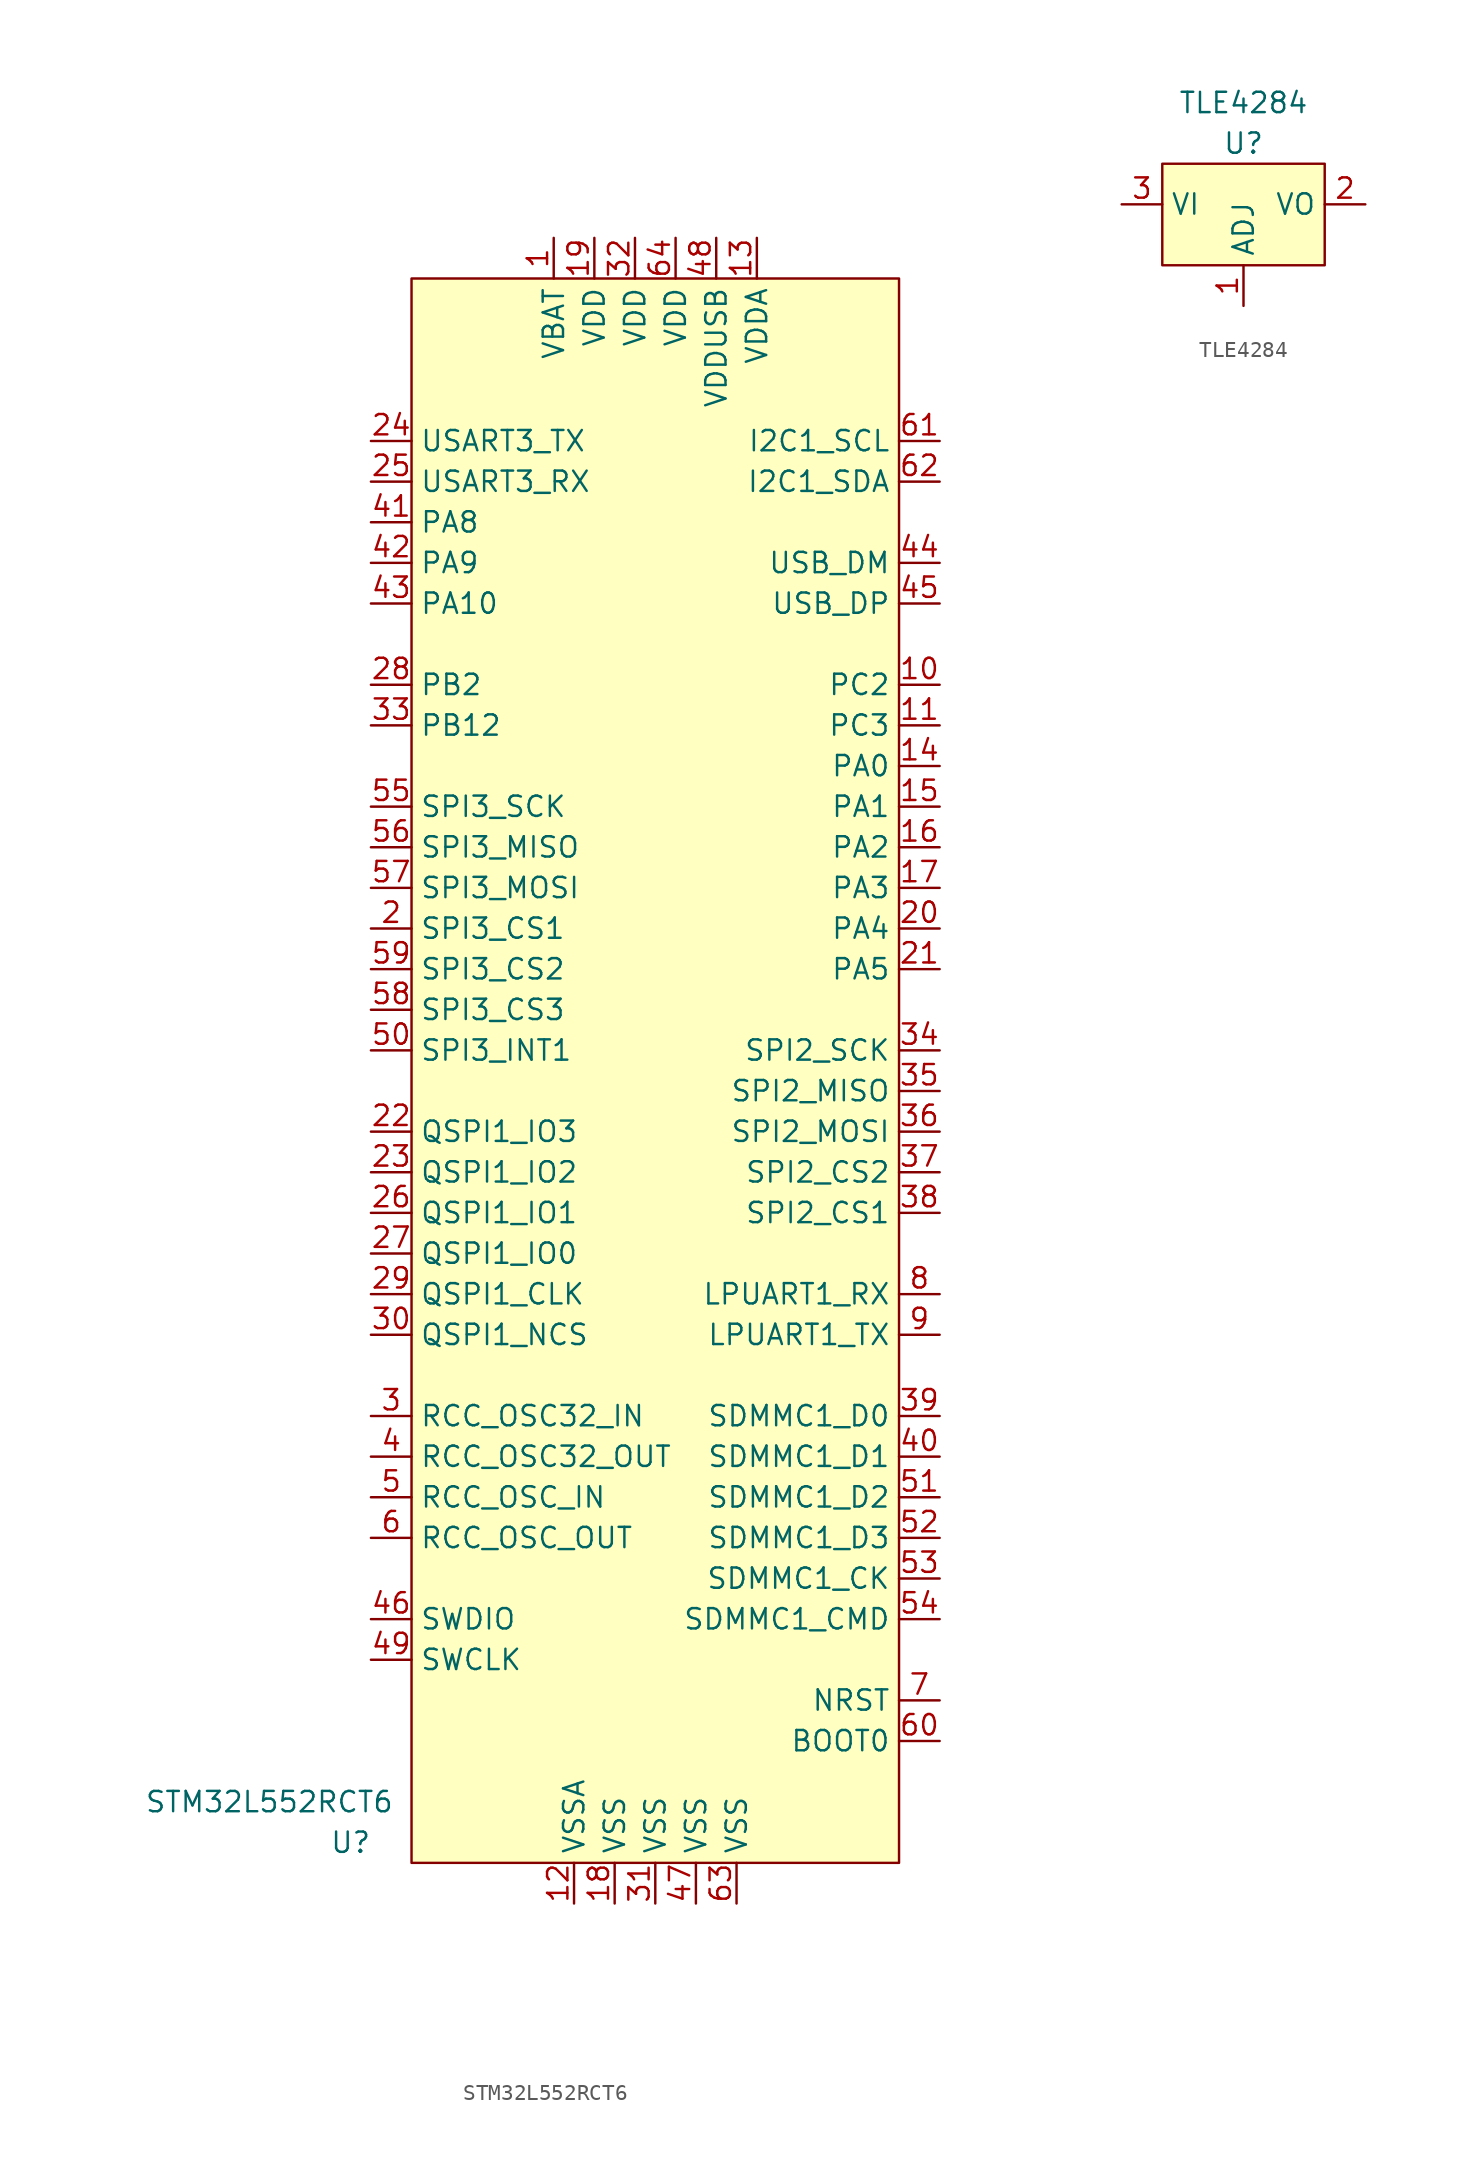
<source format=kicad_sym>
(kicad_symbol_lib
  (version 20220914)
  (generator kicad_symbol_editor)
  (symbol "STM32L552RCT6"
    (property "Reference" "U"
      (at -19.05 -87.63 0)
      (effects (font (size 1.27 1.27))))
    (property "Value" "STM32L552RCT6"
      (at -24.13 -85.09 0)
      (effects (font (size 1.27 1.27))))
    (symbol "STM32L552RCT6_0_0"
      (pin power_in line (at -6.35 12.7 270) (length 2.54) (name "VBAT" (effects (font (size 1.27 1.27)))) (number "1" (effects (font (size 1.27 1.27)))))
      (pin bidirectional line (at 17.78 -15.24 180) (length 2.54) (name "PC2" (effects (font (size 1.27 1.27)))) (number "10" (effects (font (size 1.27 1.27)))))
      (pin bidirectional line (at 17.78 -17.78 180) (length 2.54) (name "PC3" (effects (font (size 1.27 1.27)))) (number "11" (effects (font (size 1.27 1.27)))))
      (pin power_in line (at -5.08 -91.44 90) (length 2.54) (name "VSSA" (effects (font (size 1.27 1.27)))) (number "12" (effects (font (size 1.27 1.27)))))
      (pin power_in line (at 6.35 12.7 270) (length 2.54) (name "VDDA" (effects (font (size 1.27 1.27)))) (number "13" (effects (font (size 1.27 1.27)))))
      (pin bidirectional line (at 17.78 -20.32 180) (length 2.54) (name "PA0" (effects (font (size 1.27 1.27)))) (number "14" (effects (font (size 1.27 1.27)))))
      (pin bidirectional line (at 17.78 -22.86 180) (length 2.54) (name "PA1" (effects (font (size 1.27 1.27)))) (number "15" (effects (font (size 1.27 1.27)))))
      (pin bidirectional line (at 17.78 -25.4 180) (length 2.54) (name "PA2" (effects (font (size 1.27 1.27)))) (number "16" (effects (font (size 1.27 1.27)))))
      (pin bidirectional line (at 17.78 -27.94 180) (length 2.54) (name "PA3" (effects (font (size 1.27 1.27)))) (number "17" (effects (font (size 1.27 1.27)))))
      (pin power_in line (at -2.54 -91.44 90) (length 2.54) (name "VSS" (effects (font (size 1.27 1.27)))) (number "18" (effects (font (size 1.27 1.27)))))
      (pin power_in line (at -3.81 12.7 270) (length 2.54) (name "VDD" (effects (font (size 1.27 1.27)))) (number "19" (effects (font (size 1.27 1.27)))))
      (pin bidirectional line (at -17.78 -30.48 0) (length 2.54) (name "SPI3_CS1" (effects (font (size 1.27 1.27)))) (number "2" (effects (font (size 1.27 1.27)))))
      (pin bidirectional line (at 17.78 -30.48 180) (length 2.54) (name "PA4" (effects (font (size 1.27 1.27)))) (number "20" (effects (font (size 1.27 1.27)))))
      (pin bidirectional line (at 17.78 -33.02 180) (length 2.54) (name "PA5" (effects (font (size 1.27 1.27)))) (number "21" (effects (font (size 1.27 1.27)))))
      (pin bidirectional line (at -17.78 -43.18 0) (length 2.54) (name "QSPI1_IO3" (effects (font (size 1.27 1.27)))) (number "22" (effects (font (size 1.27 1.27)))))
      (pin bidirectional line (at -17.78 -45.72 0) (length 2.54) (name "QSPI1_IO2" (effects (font (size 1.27 1.27)))) (number "23" (effects (font (size 1.27 1.27)))))
      (pin bidirectional line (at -17.78 0 0) (length 2.54) (name "USART3_TX" (effects (font (size 1.27 1.27)))) (number "24" (effects (font (size 1.27 1.27)))))
      (pin bidirectional line (at -17.78 -2.54 0) (length 2.54) (name "USART3_RX" (effects (font (size 1.27 1.27)))) (number "25" (effects (font (size 1.27 1.27)))))
      (pin bidirectional line (at -17.78 -48.26 0) (length 2.54) (name "QSPI1_IO1" (effects (font (size 1.27 1.27)))) (number "26" (effects (font (size 1.27 1.27)))))
      (pin bidirectional line (at -17.78 -50.8 0) (length 2.54) (name "QSPI1_IO0" (effects (font (size 1.27 1.27)))) (number "27" (effects (font (size 1.27 1.27)))))
      (pin bidirectional line (at -17.78 -15.24 0) (length 2.54) (name "PB2" (effects (font (size 1.27 1.27)))) (number "28" (effects (font (size 1.27 1.27)))))
      (pin bidirectional line (at -17.78 -53.34 0) (length 2.54) (name "QSPI1_CLK" (effects (font (size 1.27 1.27)))) (number "29" (effects (font (size 1.27 1.27)))))
      (pin bidirectional line (at -17.78 -60.96 0) (length 2.54) (name "RCC_OSC32_IN" (effects (font (size 1.27 1.27)))) (number "3" (effects (font (size 1.27 1.27)))))
      (pin bidirectional line (at -17.78 -55.88 0) (length 2.54) (name "QSPI1_NCS" (effects (font (size 1.27 1.27)))) (number "30" (effects (font (size 1.27 1.27)))))
      (pin power_in line (at 0 -91.44 90) (length 2.54) (name "VSS" (effects (font (size 1.27 1.27)))) (number "31" (effects (font (size 1.27 1.27)))))
      (pin power_in line (at -1.27 12.7 270) (length 2.54) (name "VDD" (effects (font (size 1.27 1.27)))) (number "32" (effects (font (size 1.27 1.27)))))
      (pin bidirectional line (at -17.78 -17.78 0) (length 2.54) (name "PB12" (effects (font (size 1.27 1.27)))) (number "33" (effects (font (size 1.27 1.27)))))
      (pin bidirectional line (at 17.78 -38.1 180) (length 2.54) (name "SPI2_SCK" (effects (font (size 1.27 1.27)))) (number "34" (effects (font (size 1.27 1.27)))))
      (pin bidirectional line (at 17.78 -40.64 180) (length 2.54) (name "SPI2_MISO" (effects (font (size 1.27 1.27)))) (number "35" (effects (font (size 1.27 1.27)))))
      (pin bidirectional line (at 17.78 -43.18 180) (length 2.54) (name "SPI2_MOSI" (effects (font (size 1.27 1.27)))) (number "36" (effects (font (size 1.27 1.27)))))
      (pin bidirectional line (at 17.78 -45.72 180) (length 2.54) (name "SPI2_CS2" (effects (font (size 1.27 1.27)))) (number "37" (effects (font (size 1.27 1.27)))))
      (pin bidirectional line (at 17.78 -48.26 180) (length 2.54) (name "SPI2_CS1" (effects (font (size 1.27 1.27)))) (number "38" (effects (font (size 1.27 1.27)))))
      (pin bidirectional line (at 17.78 -60.96 180) (length 2.54) (name "SDMMC1_D0" (effects (font (size 1.27 1.27)))) (number "39" (effects (font (size 1.27 1.27)))))
      (pin bidirectional line (at -17.78 -63.5 0) (length 2.54) (name "RCC_OSC32_OUT" (effects (font (size 1.27 1.27)))) (number "4" (effects (font (size 1.27 1.27)))))
      (pin bidirectional line (at 17.78 -63.5 180) (length 2.54) (name "SDMMC1_D1" (effects (font (size 1.27 1.27)))) (number "40" (effects (font (size 1.27 1.27)))))
      (pin bidirectional line (at -17.78 -5.08 0) (length 2.54) (name "PA8" (effects (font (size 1.27 1.27)))) (number "41" (effects (font (size 1.27 1.27)))))
      (pin bidirectional line (at -17.78 -7.62 0) (length 2.54) (name "PA9" (effects (font (size 1.27 1.27)))) (number "42" (effects (font (size 1.27 1.27)))))
      (pin bidirectional line (at 17.78 -7.62 180) (length 2.54) (name "USB_DM" (effects (font (size 1.27 1.27)))) (number "44" (effects (font (size 1.27 1.27)))))
      (pin bidirectional line (at 17.78 -10.16 180) (length 2.54) (name "USB_DP" (effects (font (size 1.27 1.27)))) (number "45" (effects (font (size 1.27 1.27)))))
      (pin bidirectional line (at -17.78 -73.66 0) (length 2.54) (name "SWDIO" (effects (font (size 1.27 1.27)))) (number "46" (effects (font (size 1.27 1.27)))))
      (pin power_in line (at 2.54 -91.44 90) (length 2.54) (name "VSS" (effects (font (size 1.27 1.27)))) (number "47" (effects (font (size 1.27 1.27)))))
      (pin power_in line (at 3.81 12.7 270) (length 2.54) (name "VDDUSB" (effects (font (size 1.27 1.27)))) (number "48" (effects (font (size 1.27 1.27)))))
      (pin bidirectional line (at -17.78 -76.2 0) (length 2.54) (name "SWCLK" (effects (font (size 1.27 1.27)))) (number "49" (effects (font (size 1.27 1.27)))))
      (pin bidirectional line (at -17.78 -66.04 0) (length 2.54) (name "RCC_OSC_IN" (effects (font (size 1.27 1.27)))) (number "5" (effects (font (size 1.27 1.27)))))
      (pin bidirectional line (at 17.78 -66.04 180) (length 2.54) (name "SDMMC1_D2" (effects (font (size 1.27 1.27)))) (number "51" (effects (font (size 1.27 1.27)))))
      (pin bidirectional line (at 17.78 -68.58 180) (length 2.54) (name "SDMMC1_D3" (effects (font (size 1.27 1.27)))) (number "52" (effects (font (size 1.27 1.27)))))
      (pin bidirectional line (at 17.78 -71.12 180) (length 2.54) (name "SDMMC1_CK" (effects (font (size 1.27 1.27)))) (number "53" (effects (font (size 1.27 1.27)))))
      (pin bidirectional line (at 17.78 -73.66 180) (length 2.54) (name "SDMMC1_CMD" (effects (font (size 1.27 1.27)))) (number "54" (effects (font (size 1.27 1.27)))))
      (pin bidirectional line (at -17.78 -22.86 0) (length 2.54) (name "SPI3_SCK" (effects (font (size 1.27 1.27)))) (number "55" (effects (font (size 1.27 1.27)))))
      (pin bidirectional line (at -17.78 -25.4 0) (length 2.54) (name "SPI3_MISO" (effects (font (size 1.27 1.27)))) (number "56" (effects (font (size 1.27 1.27)))))
      (pin bidirectional line (at -17.78 -27.94 0) (length 2.54) (name "SPI3_MOSI" (effects (font (size 1.27 1.27)))) (number "57" (effects (font (size 1.27 1.27)))))
      (pin bidirectional line (at -17.78 -35.56 0) (length 2.54) (name "SPI3_CS3" (effects (font (size 1.27 1.27)))) (number "58" (effects (font (size 1.27 1.27)))))
      (pin bidirectional line (at -17.78 -33.02 0) (length 2.54) (name "SPI3_CS2" (effects (font (size 1.27 1.27)))) (number "59" (effects (font (size 1.27 1.27)))))
      (pin bidirectional line (at -17.78 -68.58 0) (length 2.54) (name "RCC_OSC_OUT" (effects (font (size 1.27 1.27)))) (number "6" (effects (font (size 1.27 1.27)))))
      (pin input line (at 17.78 -81.28 180) (length 2.54) (name "BOOT0" (effects (font (size 1.27 1.27)))) (number "60" (effects (font (size 1.27 1.27)))))
      (pin bidirectional line (at 17.78 0 180) (length 2.54) (name "I2C1_SCL" (effects (font (size 1.27 1.27)))) (number "61" (effects (font (size 1.27 1.27)))))
      (pin bidirectional line (at 17.78 -2.54 180) (length 2.54) (name "I2C1_SDA" (effects (font (size 1.27 1.27)))) (number "62" (effects (font (size 1.27 1.27)))))
      (pin power_in line (at 5.08 -91.44 90) (length 2.54) (name "VSS" (effects (font (size 1.27 1.27)))) (number "63" (effects (font (size 1.27 1.27)))))
      (pin power_in line (at 1.27 12.7 270) (length 2.54) (name "VDD" (effects (font (size 1.27 1.27)))) (number "64" (effects (font (size 1.27 1.27)))))
      (pin input line (at 17.78 -78.74 180) (length 2.54) (name "NRST" (effects (font (size 1.27 1.27)))) (number "7" (effects (font (size 1.27 1.27)))))
      (pin bidirectional line (at 17.78 -53.34 180) (length 2.54) (name "LPUART1_RX" (effects (font (size 1.27 1.27)))) (number "8" (effects (font (size 1.27 1.27)))))
      (pin bidirectional line (at 17.78 -55.88 180) (length 2.54) (name "LPUART1_TX" (effects (font (size 1.27 1.27)))) (number "9" (effects (font (size 1.27 1.27))))))
    (symbol "STM32L552RCT6_0_1"
      (rectangle (start -15.24 10.16) (end 15.24 -88.9) (stroke (width 0) (type default)) (fill (type background))))
    (symbol "STM32L552RCT6_1_0"
      (pin bidirectional line (at -17.78 -10.16 0) (length 2.54) (name "PA10" (effects (font (size 1.27 1.27)))) (number "43" (effects (font (size 1.27 1.27)))))
      (pin bidirectional line (at -17.78 -38.1 0) (length 2.54) (name "SPI3_INT1" (effects (font (size 1.27 1.27)))) (number "50" (effects (font (size 1.27 1.27)))))))
  (symbol "TLE4284"
    (property "Reference" "U"
      (at 0 1.27 0)
      (effects (font (size 1.27 1.27))))
    (property "Value" "TLE4284"
      (at 0 3.81 0)
      (effects (font (size 1.27 1.27))))
    (symbol "TLE4284_0_0"
      (pin input line (at 0 -8.89 90) (length 2.54) (name "ADJ" (effects (font (size 1.27 1.27)))) (number "1" (effects (font (size 1.27 1.27)))))
      (pin power_out line (at 7.62 -2.54 180) (length 2.54) (name "VO" (effects (font (size 1.27 1.27)))) (number "2" (effects (font (size 1.27 1.27)))))
      (pin power_in line (at -7.62 -2.54 0) (length 2.54) (name "VI" (effects (font (size 1.27 1.27)))) (number "3" (effects (font (size 1.27 1.27))))))
    (symbol "TLE4284_0_1"
      (rectangle (start -5.08 0) (end 5.08 -6.35) (stroke (width 0) (type default)) (fill (type background))))))
</source>
